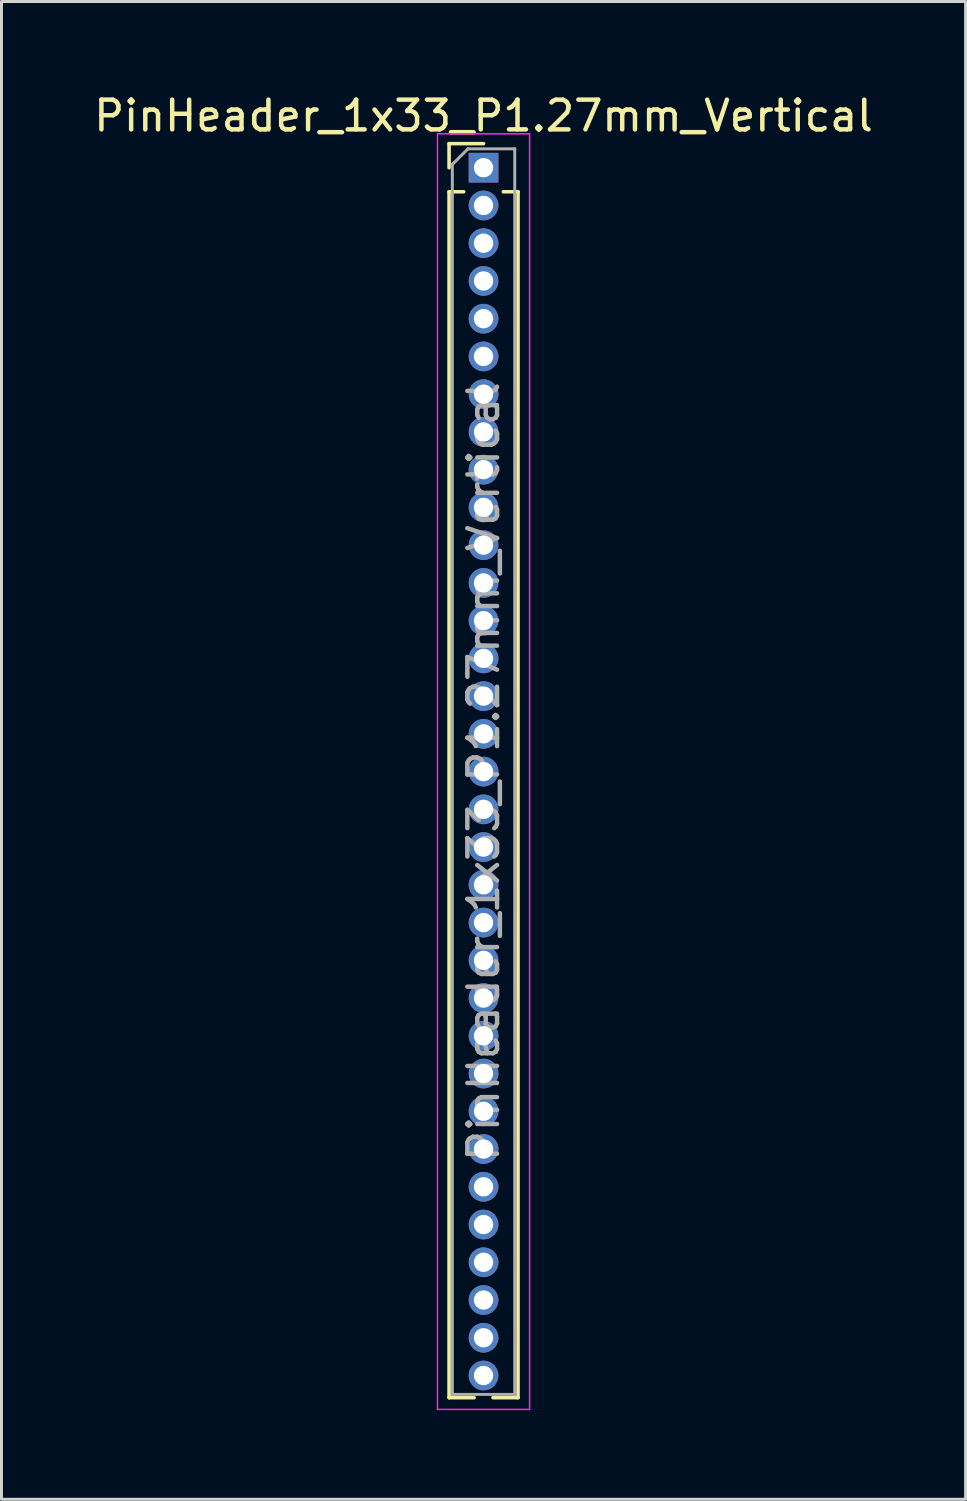
<source format=kicad_pcb>
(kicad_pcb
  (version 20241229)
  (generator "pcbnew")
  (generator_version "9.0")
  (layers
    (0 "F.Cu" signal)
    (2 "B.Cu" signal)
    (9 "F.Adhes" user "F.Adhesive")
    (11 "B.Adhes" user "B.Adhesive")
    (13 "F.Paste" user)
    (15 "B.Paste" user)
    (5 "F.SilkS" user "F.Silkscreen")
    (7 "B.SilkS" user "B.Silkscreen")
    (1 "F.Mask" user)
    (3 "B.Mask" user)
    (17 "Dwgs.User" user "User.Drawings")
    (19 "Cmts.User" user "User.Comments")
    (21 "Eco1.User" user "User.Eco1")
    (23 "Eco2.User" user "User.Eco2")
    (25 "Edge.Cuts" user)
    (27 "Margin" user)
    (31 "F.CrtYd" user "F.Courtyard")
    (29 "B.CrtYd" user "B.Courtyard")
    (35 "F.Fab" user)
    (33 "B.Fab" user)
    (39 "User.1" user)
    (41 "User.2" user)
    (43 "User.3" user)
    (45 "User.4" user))
  (footprint "PinHeader_1x33_P1.27mm_Vertical"
    (layer "F.Cu")
    (at 13.22 2.593)
    (property "Reference" "PinHeader_1x33_P1.27mm_Vertical" (at 0 -1.745 0) (layer "F.SilkS") (effects (font (size 1 1) (thickness 0.15))))
    (attr through_hole)
    (fp_line (start -1.16 -0.81) (end 0 -0.81) (stroke (width 0.12) (type solid)) (layer "F.SilkS"))
    (fp_line (start -1.16 0) (end -1.16 -0.81) (stroke (width 0.12) (type solid)) (layer "F.SilkS"))
    (fp_line (start -1.16 0.81) (end -1.16 41.385) (stroke (width 0.12) (type solid)) (layer "F.SilkS"))
    (fp_line (start -1.16 0.81) (end -0.667 0.81) (stroke (width 0.12) (type solid)) (layer "F.SilkS"))
    (fp_line (start -1.16 41.385) (end -0.318 41.385) (stroke (width 0.12) (type solid)) (layer "F.SilkS"))
    (fp_line (start 0.318 41.385) (end 1.16 41.385) (stroke (width 0.12) (type solid)) (layer "F.SilkS"))
    (fp_line (start 0.667 0.81) (end 1.16 0.81) (stroke (width 0.12) (type solid)) (layer "F.SilkS"))
    (fp_line (start 1.16 0.81) (end 1.16 41.385) (stroke (width 0.12) (type solid)) (layer "F.SilkS"))
    (fp_line (start -1.55 -1.14) (end -1.55 41.78) (stroke (width 0.05) (type solid)) (layer "F.CrtYd"))
    (fp_line (start -1.55 41.78) (end 1.55 41.78) (stroke (width 0.05) (type solid)) (layer "F.CrtYd"))
    (fp_line (start 1.55 -1.14) (end -1.55 -1.14) (stroke (width 0.05) (type solid)) (layer "F.CrtYd"))
    (fp_line (start 1.55 41.78) (end 1.55 -1.14) (stroke (width 0.05) (type solid)) (layer "F.CrtYd"))
    (fp_line (start -1.05 -0.11) (end -0.525 -0.635) (stroke (width 0.1) (type solid)) (layer "F.Fab"))
    (fp_line (start -1.05 41.275) (end -1.05 -0.11) (stroke (width 0.1) (type solid)) (layer "F.Fab"))
    (fp_line (start -0.525 -0.635) (end 1.05 -0.635) (stroke (width 0.1) (type solid)) (layer "F.Fab"))
    (fp_line (start 1.05 -0.635) (end 1.05 41.275) (stroke (width 0.1) (type solid)) (layer "F.Fab"))
    (fp_line (start 1.05 41.275) (end -1.05 41.275) (stroke (width 0.1) (type solid)) (layer "F.Fab"))
    (fp_text user "${REFERENCE}" (at 0 20.32 90) (layer "F.Fab") (effects (font (size 1 1) (thickness 0.15))))
    (pad "1" thru_hole rect (at 0 0) (size 1 1) (drill 0.65) (layers "*.Cu" "*.Mask"))
    (pad "2" thru_hole circle (at 0 1.27) (size 1 1) (drill 0.65) (layers "*.Cu" "*.Mask"))
    (pad "3" thru_hole circle (at 0 2.54) (size 1 1) (drill 0.65) (layers "*.Cu" "*.Mask"))
    (pad "4" thru_hole circle (at 0 3.81) (size 1 1) (drill 0.65) (layers "*.Cu" "*.Mask"))
    (pad "5" thru_hole circle (at 0 5.08) (size 1 1) (drill 0.65) (layers "*.Cu" "*.Mask"))
    (pad "6" thru_hole circle (at 0 6.35) (size 1 1) (drill 0.65) (layers "*.Cu" "*.Mask"))
    (pad "7" thru_hole circle (at 0 7.62) (size 1 1) (drill 0.65) (layers "*.Cu" "*.Mask"))
    (pad "8" thru_hole circle (at 0 8.89) (size 1 1) (drill 0.65) (layers "*.Cu" "*.Mask"))
    (pad "9" thru_hole circle (at 0 10.16) (size 1 1) (drill 0.65) (layers "*.Cu" "*.Mask"))
    (pad "10" thru_hole circle (at 0 11.43) (size 1 1) (drill 0.65) (layers "*.Cu" "*.Mask"))
    (pad "11" thru_hole circle (at 0 12.7) (size 1 1) (drill 0.65) (layers "*.Cu" "*.Mask"))
    (pad "12" thru_hole circle (at 0 13.97) (size 1 1) (drill 0.65) (layers "*.Cu" "*.Mask"))
    (pad "13" thru_hole circle (at 0 15.24) (size 1 1) (drill 0.65) (layers "*.Cu" "*.Mask"))
    (pad "14" thru_hole circle (at 0 16.51) (size 1 1) (drill 0.65) (layers "*.Cu" "*.Mask"))
    (pad "15" thru_hole circle (at 0 17.78) (size 1 1) (drill 0.65) (layers "*.Cu" "*.Mask"))
    (pad "16" thru_hole circle (at 0 19.05) (size 1 1) (drill 0.65) (layers "*.Cu" "*.Mask"))
    (pad "17" thru_hole circle (at 0 20.32) (size 1 1) (drill 0.65) (layers "*.Cu" "*.Mask"))
    (pad "18" thru_hole circle (at 0 21.59) (size 1 1) (drill 0.65) (layers "*.Cu" "*.Mask"))
    (pad "19" thru_hole circle (at 0 22.86) (size 1 1) (drill 0.65) (layers "*.Cu" "*.Mask"))
    (pad "20" thru_hole circle (at 0 24.13) (size 1 1) (drill 0.65) (layers "*.Cu" "*.Mask"))
    (pad "21" thru_hole circle (at 0 25.4) (size 1 1) (drill 0.65) (layers "*.Cu" "*.Mask"))
    (pad "22" thru_hole circle (at 0 26.67) (size 1 1) (drill 0.65) (layers "*.Cu" "*.Mask"))
    (pad "23" thru_hole circle (at 0 27.94) (size 1 1) (drill 0.65) (layers "*.Cu" "*.Mask"))
    (pad "24" thru_hole circle (at 0 29.21) (size 1 1) (drill 0.65) (layers "*.Cu" "*.Mask"))
    (pad "25" thru_hole circle (at 0 30.48) (size 1 1) (drill 0.65) (layers "*.Cu" "*.Mask"))
    (pad "26" thru_hole circle (at 0 31.75) (size 1 1) (drill 0.65) (layers "*.Cu" "*.Mask"))
    (pad "27" thru_hole circle (at 0 33.02) (size 1 1) (drill 0.65) (layers "*.Cu" "*.Mask"))
    (pad "28" thru_hole circle (at 0 34.29) (size 1 1) (drill 0.65) (layers "*.Cu" "*.Mask"))
    (pad "29" thru_hole circle (at 0 35.56) (size 1 1) (drill 0.65) (layers "*.Cu" "*.Mask"))
    (pad "30" thru_hole circle (at 0 36.83) (size 1 1) (drill 0.65) (layers "*.Cu" "*.Mask"))
    (pad "31" thru_hole circle (at 0 38.1) (size 1 1) (drill 0.65) (layers "*.Cu" "*.Mask"))
    (pad "32" thru_hole circle (at 0 39.37) (size 1 1) (drill 0.65) (layers "*.Cu" "*.Mask"))
    (pad "33" thru_hole circle (at 0 40.64) (size 1 1) (drill 0.65) (layers "*.Cu" "*.Mask")))
  (gr_rect
    (start -3 -3)
    (end 29.44 47.398)
    (stroke (width 0.1) (type default))
    (fill no)
    (layer "Edge.Cuts")))
</source>
